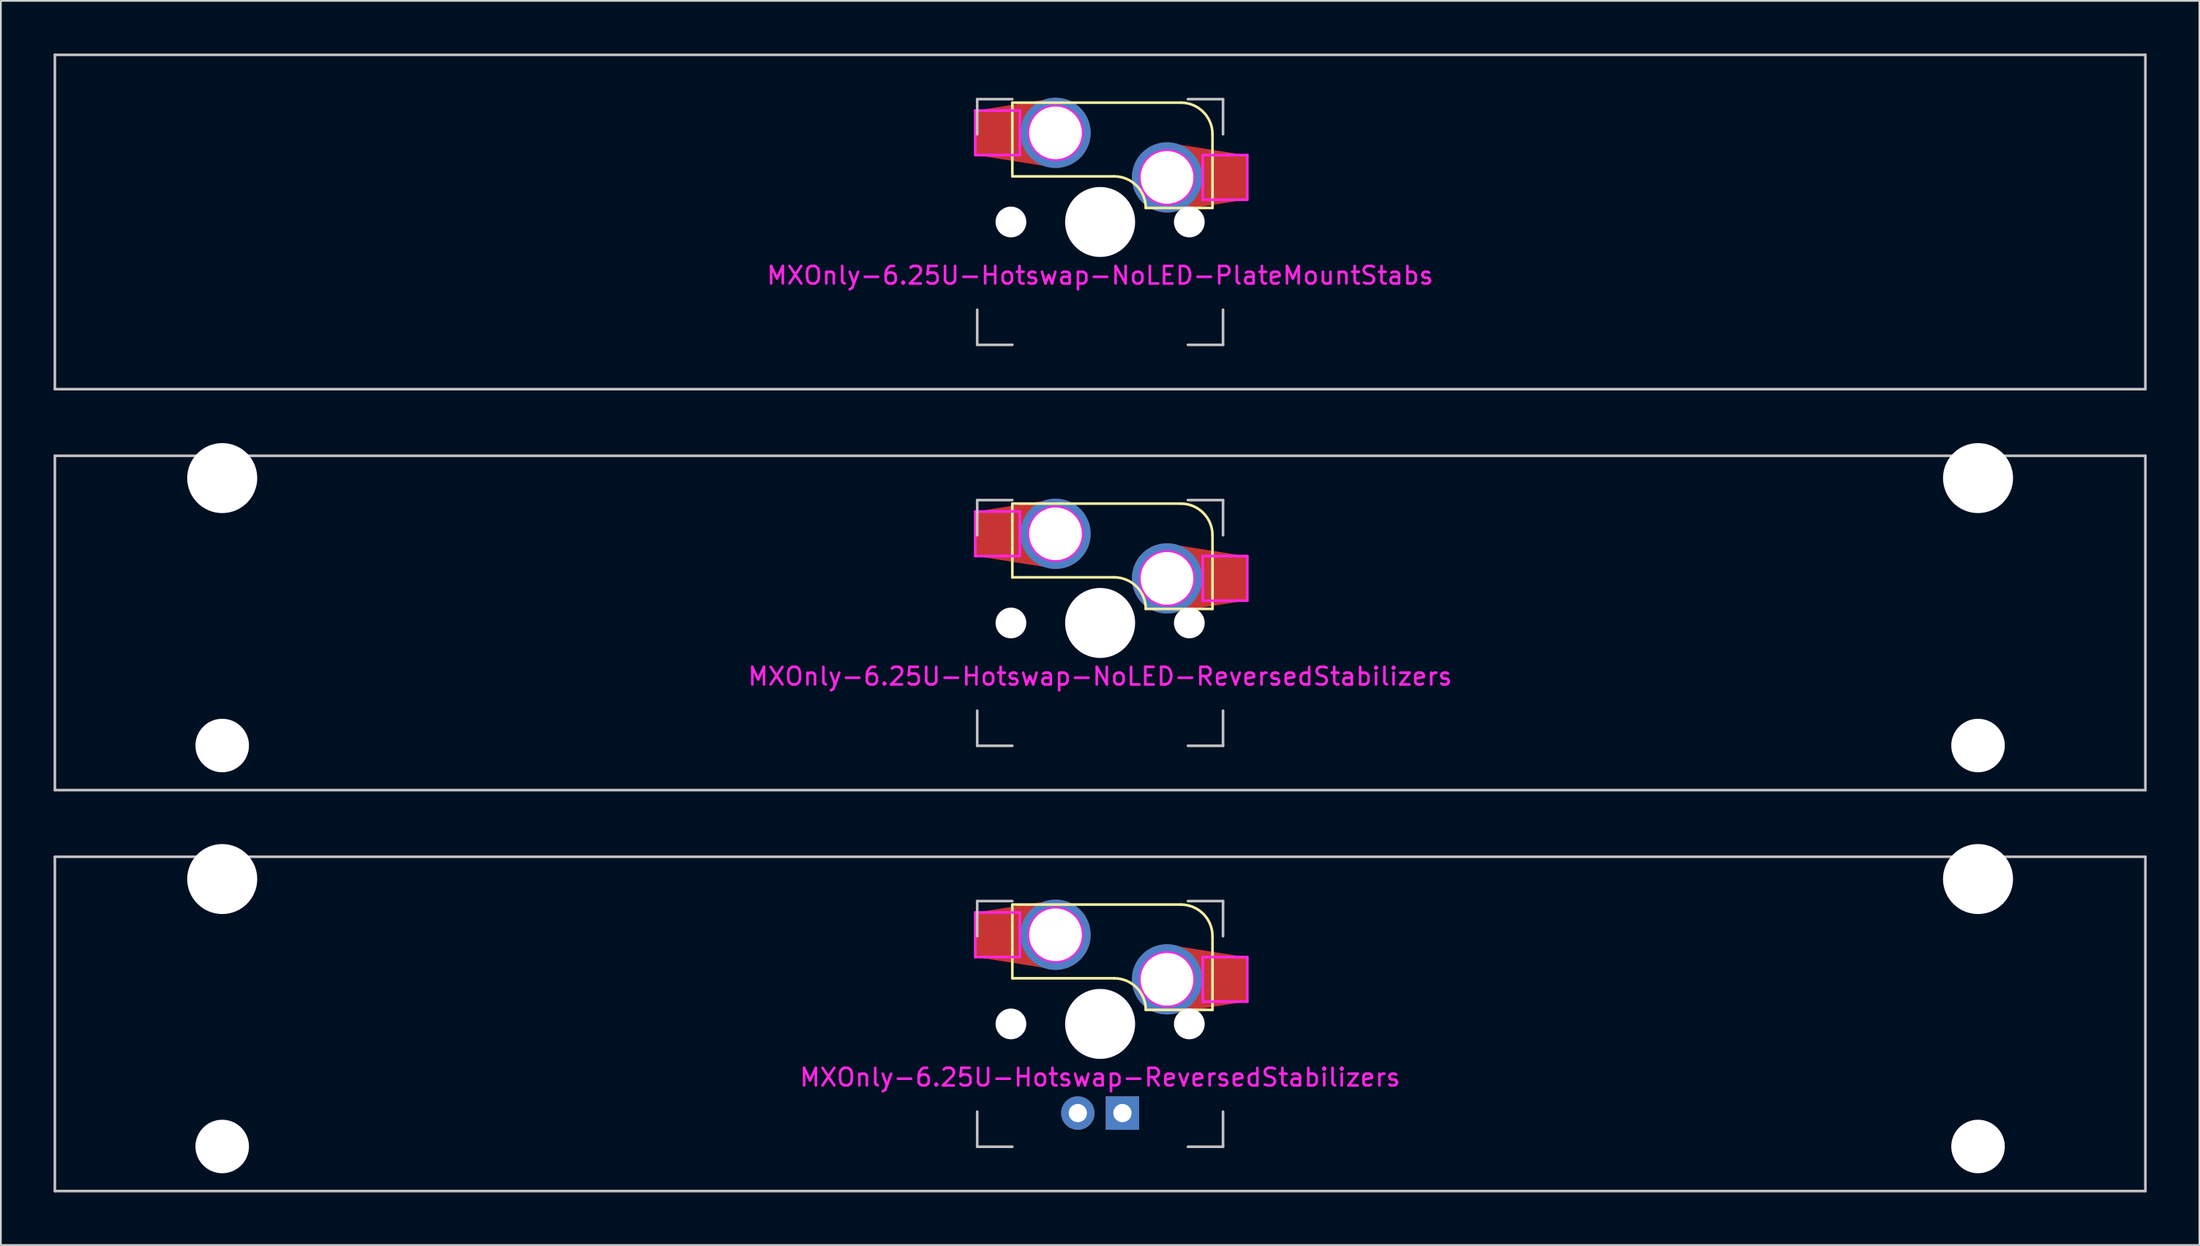
<source format=kicad_pcb>
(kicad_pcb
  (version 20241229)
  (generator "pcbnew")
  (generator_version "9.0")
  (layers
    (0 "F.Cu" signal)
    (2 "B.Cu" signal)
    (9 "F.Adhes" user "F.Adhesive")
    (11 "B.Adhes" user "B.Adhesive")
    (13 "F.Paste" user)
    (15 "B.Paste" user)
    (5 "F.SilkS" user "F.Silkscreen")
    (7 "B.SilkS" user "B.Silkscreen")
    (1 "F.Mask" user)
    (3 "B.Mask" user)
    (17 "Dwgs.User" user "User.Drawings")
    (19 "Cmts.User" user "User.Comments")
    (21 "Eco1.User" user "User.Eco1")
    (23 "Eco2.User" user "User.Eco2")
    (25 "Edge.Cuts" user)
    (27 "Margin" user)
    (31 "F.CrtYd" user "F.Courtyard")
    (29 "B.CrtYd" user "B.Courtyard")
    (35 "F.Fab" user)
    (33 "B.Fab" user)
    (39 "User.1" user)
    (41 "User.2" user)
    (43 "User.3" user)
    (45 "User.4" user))
  (footprint "MXOnly-6.25U-Hotswap-NoLED-PlateMountStabs"
    (layer "F.Cu")
    (at 59.606 9.6)
    (property "Reference" "MXOnly-6.25U-Hotswap-NoLED-PlateMountStabs" (at 0 3.048 180) (layer "F.CrtYd") (effects (font (size 1 1) (thickness 0.15))))
    (attr smd)
    (fp_line (start -5 -6.8) (end 4.6 -6.8) (stroke (width 0.15) (type solid)) (layer "F.SilkS"))
    (fp_line (start -5 -2.6) (end -5 -6.8) (stroke (width 0.15) (type solid)) (layer "F.SilkS"))
    (fp_line (start 0.8 -2.6) (end -5 -2.6) (stroke (width 0.15) (type solid)) (layer "F.SilkS"))
    (fp_line (start 6.4 -5) (end 6.4 -0.8) (stroke (width 0.15) (type solid)) (layer "F.SilkS"))
    (fp_line (start 6.4 -0.8) (end 2.6 -0.8) (stroke (width 0.15) (type solid)) (layer "F.SilkS"))
    (fp_arc (start 0.8 -2.6) (mid 2.072792 -2.072792) (end 2.6 -0.8) (stroke (width 0.15) (type solid)) (layer "F.SilkS"))
    (fp_arc (start 4.6 -6.8) (mid 5.872792 -6.272792) (end 6.4 -5) (stroke (width 0.15) (type solid)) (layer "F.SilkS"))
    (fp_poly (pts (xy -5.08 -3.493) (xy -7.112 -3.81) (xy -7.112 -6.35) (xy -5.08 -6.668)) (stroke (width 0.1) (type solid)) (fill yes) (layer "F.Paste"))
    (fp_poly (pts (xy 6.477 -4.064) (xy 8.509 -3.747) (xy 8.509 -1.206) (xy 6.477 -0.889)) (stroke (width 0.1) (type solid)) (fill yes) (layer "F.Paste"))
    (fp_line (start -59.531 -9.525) (end 59.531 -9.525) (stroke (width 0.15) (type solid)) (layer "Dwgs.User"))
    (fp_line (start -59.531 9.525) (end -59.531 -9.525) (stroke (width 0.15) (type solid)) (layer "Dwgs.User"))
    (fp_line (start -7 -7) (end -7 -5) (stroke (width 0.15) (type solid)) (layer "Dwgs.User"))
    (fp_line (start -7 7) (end -7 5) (stroke (width 0.15) (type solid)) (layer "Dwgs.User"))
    (fp_line (start -5 -7) (end -7 -7) (stroke (width 0.15) (type solid)) (layer "Dwgs.User"))
    (fp_line (start -5 7) (end -7 7) (stroke (width 0.15) (type solid)) (layer "Dwgs.User"))
    (fp_line (start 5 -7) (end 7 -7) (stroke (width 0.15) (type solid)) (layer "Dwgs.User"))
    (fp_line (start 7 -7) (end 7 -5) (stroke (width 0.15) (type solid)) (layer "Dwgs.User"))
    (fp_line (start 7 5) (end 7 7) (stroke (width 0.15) (type solid)) (layer "Dwgs.User"))
    (fp_line (start 7 7) (end 5 7) (stroke (width 0.15) (type solid)) (layer "Dwgs.User"))
    (fp_line (start 59.531 -9.525) (end 59.531 9.525) (stroke (width 0.15) (type solid)) (layer "Dwgs.User"))
    (fp_line (start 59.531 9.525) (end -59.531 9.525) (stroke (width 0.15) (type solid)) (layer "Dwgs.User"))
    (fp_line (start -7.112 -6.35) (end -7.112 -3.81) (stroke (width 0.15) (type solid)) (layer "F.CrtYd"))
    (fp_line (start -7.112 -3.81) (end -4.572 -3.81) (stroke (width 0.15) (type solid)) (layer "F.CrtYd"))
    (fp_line (start -4.572 -6.35) (end -7.112 -6.35) (stroke (width 0.15) (type solid)) (layer "F.CrtYd"))
    (fp_line (start -4.572 -3.81) (end -4.572 -6.35) (stroke (width 0.15) (type solid)) (layer "F.CrtYd"))
    (fp_line (start 5.842 -3.81) (end 5.842 -1.27) (stroke (width 0.15) (type solid)) (layer "F.CrtYd"))
    (fp_line (start 5.842 -1.27) (end 8.382 -1.27) (stroke (width 0.15) (type solid)) (layer "F.CrtYd"))
    (fp_line (start 8.382 -3.81) (end 5.842 -3.81) (stroke (width 0.15) (type solid)) (layer "F.CrtYd"))
    (fp_line (start 8.382 -1.27) (end 8.382 -3.81) (stroke (width 0.15) (type solid)) (layer "F.CrtYd"))
    (fp_circle (center -2.54 -5.08) (end -2.54 -6.604) (stroke (width 0.15) (type solid)) (fill no) (layer "F.CrtYd"))
    (fp_circle (center 3.81 -2.54) (end 3.81 -4.064) (stroke (width 0.15) (type solid)) (fill no) (layer "F.CrtYd"))
    (pad "" np_thru_hole circle (at -5.08 0 131.9) (size 1.75 1.75) (drill 1.75) (layers "*.Cu" "*.Mask"))
    (pad "" np_thru_hole circle (at 0 0 180) (size 3.988 3.988) (drill 3.988) (layers "*.Cu" "*.Mask"))
    (pad "" np_thru_hole circle (at 5.08 0 131.9) (size 1.75 1.75) (drill 1.75) (layers "*.Cu" "*.Mask"))
    (pad "1" thru_hole circle (at 3.81 -2.54 180) (size 4 4) (drill 3) (layers "*.Cu" "F.Mask"))
    (pad "1" smd custom (at 7.085 -2.54 180) (size 2.55 2.5) (layers "F.Cu" "F.Mask") (options (anchor rect)) (primitives (gr_poly (pts (xy -1.195 1.219) (xy 3.275 1.93) (xy 3.275 -1.93) (xy -1.195 -1.219)) (width 0.1) (fill yes))))
    (pad "2" smd custom (at -5.841 -5.08 180) (size 2.55 2.5) (layers "F.Cu" "F.Mask") (options (anchor rect)) (primitives (gr_poly (pts (xy 1.219 -1.219) (xy -3.251 -1.93) (xy -3.251 1.93) (xy 1.219 1.219)) (width 0.1) (fill yes))))
    (pad "2" thru_hole circle (at -2.54 -5.08 180) (size 4 4) (drill 3) (layers "*.Cu" "F.Mask")))
  (footprint "MXOnly-6.25U-Hotswap-ReversedStabilizers"
    (layer "F.Cu")
    (at 59.606 55.298)
    (property "Reference" "MXOnly-6.25U-Hotswap-ReversedStabilizers" (at 0 3.048 180) (layer "F.CrtYd") (effects (font (size 1 1) (thickness 0.15))))
    (attr smd)
    (fp_line (start -5 -6.8) (end 4.6 -6.8) (stroke (width 0.15) (type solid)) (layer "F.SilkS"))
    (fp_line (start -5 -2.6) (end -5 -6.8) (stroke (width 0.15) (type solid)) (layer "F.SilkS"))
    (fp_line (start 0.8 -2.6) (end -5 -2.6) (stroke (width 0.15) (type solid)) (layer "F.SilkS"))
    (fp_line (start 6.4 -5) (end 6.4 -0.8) (stroke (width 0.15) (type solid)) (layer "F.SilkS"))
    (fp_line (start 6.4 -0.8) (end 2.6 -0.8) (stroke (width 0.15) (type solid)) (layer "F.SilkS"))
    (fp_arc (start 0.8 -2.6) (mid 2.072792 -2.072792) (end 2.6 -0.8) (stroke (width 0.15) (type solid)) (layer "F.SilkS"))
    (fp_arc (start 4.6 -6.8) (mid 5.872792 -6.272792) (end 6.4 -5) (stroke (width 0.15) (type solid)) (layer "F.SilkS"))
    (fp_poly (pts (xy -5.08 -3.493) (xy -7.112 -3.81) (xy -7.112 -6.35) (xy -5.08 -6.668)) (stroke (width 0.1) (type solid)) (fill yes) (layer "F.Paste"))
    (fp_poly (pts (xy 6.477 -4.064) (xy 8.509 -3.747) (xy 8.509 -1.206) (xy 6.477 -0.889)) (stroke (width 0.1) (type solid)) (fill yes) (layer "F.Paste"))
    (fp_line (start -59.531 -9.525) (end 59.531 -9.525) (stroke (width 0.15) (type solid)) (layer "Dwgs.User"))
    (fp_line (start -59.531 9.525) (end -59.531 -9.525) (stroke (width 0.15) (type solid)) (layer "Dwgs.User"))
    (fp_line (start -7 -7) (end -7 -5) (stroke (width 0.15) (type solid)) (layer "Dwgs.User"))
    (fp_line (start -7 7) (end -7 5) (stroke (width 0.15) (type solid)) (layer "Dwgs.User"))
    (fp_line (start -5 -7) (end -7 -7) (stroke (width 0.15) (type solid)) (layer "Dwgs.User"))
    (fp_line (start -5 7) (end -7 7) (stroke (width 0.15) (type solid)) (layer "Dwgs.User"))
    (fp_line (start 5 -7) (end 7 -7) (stroke (width 0.15) (type solid)) (layer "Dwgs.User"))
    (fp_line (start 7 -7) (end 7 -5) (stroke (width 0.15) (type solid)) (layer "Dwgs.User"))
    (fp_line (start 7 5) (end 7 7) (stroke (width 0.15) (type solid)) (layer "Dwgs.User"))
    (fp_line (start 7 7) (end 5 7) (stroke (width 0.15) (type solid)) (layer "Dwgs.User"))
    (fp_line (start 59.531 -9.525) (end 59.531 9.525) (stroke (width 0.15) (type solid)) (layer "Dwgs.User"))
    (fp_line (start 59.531 9.525) (end -59.531 9.525) (stroke (width 0.15) (type solid)) (layer "Dwgs.User"))
    (fp_line (start -7.112 -6.35) (end -7.112 -3.81) (stroke (width 0.15) (type solid)) (layer "F.CrtYd"))
    (fp_line (start -7.112 -3.81) (end -4.572 -3.81) (stroke (width 0.15) (type solid)) (layer "F.CrtYd"))
    (fp_line (start -4.572 -6.35) (end -7.112 -6.35) (stroke (width 0.15) (type solid)) (layer "F.CrtYd"))
    (fp_line (start -4.572 -3.81) (end -4.572 -6.35) (stroke (width 0.15) (type solid)) (layer "F.CrtYd"))
    (fp_line (start 5.842 -3.81) (end 5.842 -1.27) (stroke (width 0.15) (type solid)) (layer "F.CrtYd"))
    (fp_line (start 5.842 -1.27) (end 8.382 -1.27) (stroke (width 0.15) (type solid)) (layer "F.CrtYd"))
    (fp_line (start 8.382 -3.81) (end 5.842 -3.81) (stroke (width 0.15) (type solid)) (layer "F.CrtYd"))
    (fp_line (start 8.382 -1.27) (end 8.382 -3.81) (stroke (width 0.15) (type solid)) (layer "F.CrtYd"))
    (fp_circle (center -2.54 -5.08) (end -2.54 -6.604) (stroke (width 0.15) (type solid)) (fill no) (layer "F.CrtYd"))
    (fp_circle (center 3.81 -2.54) (end 3.81 -4.064) (stroke (width 0.15) (type solid)) (fill no) (layer "F.CrtYd"))
    (pad "" np_thru_hole circle (at -50 -8.255) (size 3.988 3.988) (drill 3.988) (layers "*.Cu" "*.Mask"))
    (pad "" np_thru_hole circle (at -50 6.985) (size 3.048 3.048) (drill 3.048) (layers "*.Cu" "*.Mask"))
    (pad "" np_thru_hole circle (at -5.08 0 131.9) (size 1.75 1.75) (drill 1.75) (layers "*.Cu" "*.Mask"))
    (pad "" np_thru_hole circle (at 0 0 180) (size 3.988 3.988) (drill 3.988) (layers "*.Cu" "*.Mask"))
    (pad "" np_thru_hole circle (at 5.08 0 131.9) (size 1.75 1.75) (drill 1.75) (layers "*.Cu" "*.Mask"))
    (pad "" np_thru_hole circle (at 50 -8.255) (size 3.988 3.988) (drill 3.988) (layers "*.Cu" "*.Mask"))
    (pad "" np_thru_hole circle (at 50 6.985) (size 3.048 3.048) (drill 3.048) (layers "*.Cu" "*.Mask"))
    (pad "1" thru_hole circle (at 3.81 -2.54 180) (size 4 4) (drill 3) (layers "*.Cu" "F.Mask"))
    (pad "1" smd custom (at 7.085 -2.54 180) (size 2.55 2.5) (layers "F.Cu" "F.Mask") (options (anchor rect)) (primitives (gr_poly (pts (xy -1.195 1.219) (xy 3.275 1.93) (xy 3.275 -1.93) (xy -1.195 -1.219)) (width 0.1) (fill yes))))
    (pad "2" smd custom (at -5.841 -5.08 180) (size 2.55 2.5) (layers "F.Cu" "F.Mask") (options (anchor rect)) (primitives (gr_poly (pts (xy 1.219 -1.219) (xy -3.251 -1.93) (xy -3.251 1.93) (xy 1.219 1.219)) (width 0.1) (fill yes))))
    (pad "2" thru_hole circle (at -2.54 -5.08 180) (size 4 4) (drill 3) (layers "*.Cu" "F.Mask"))
    (pad "3" thru_hole circle (at -1.27 5.08) (size 1.905 1.905) (drill 1.04) (layers "*.Cu" "F.Mask"))
    (pad "4" thru_hole rect (at 1.27 5.08) (size 1.905 1.905) (drill 1.04) (layers "*.Cu" "F.Mask")))
  (footprint "MXOnly-6.25U-Hotswap-NoLED-ReversedStabilizers"
    (layer "F.Cu")
    (at 59.606 32.449)
    (property "Reference" "MXOnly-6.25U-Hotswap-NoLED-ReversedStabilizers" (at 0 3.048 180) (layer "F.CrtYd") (effects (font (size 1 1) (thickness 0.15))))
    (attr smd)
    (fp_line (start -5 -6.8) (end 4.6 -6.8) (stroke (width 0.15) (type solid)) (layer "F.SilkS"))
    (fp_line (start -5 -2.6) (end -5 -6.8) (stroke (width 0.15) (type solid)) (layer "F.SilkS"))
    (fp_line (start 0.8 -2.6) (end -5 -2.6) (stroke (width 0.15) (type solid)) (layer "F.SilkS"))
    (fp_line (start 6.4 -5) (end 6.4 -0.8) (stroke (width 0.15) (type solid)) (layer "F.SilkS"))
    (fp_line (start 6.4 -0.8) (end 2.6 -0.8) (stroke (width 0.15) (type solid)) (layer "F.SilkS"))
    (fp_arc (start 0.8 -2.6) (mid 2.072792 -2.072792) (end 2.6 -0.8) (stroke (width 0.15) (type solid)) (layer "F.SilkS"))
    (fp_arc (start 4.6 -6.8) (mid 5.872792 -6.272792) (end 6.4 -5) (stroke (width 0.15) (type solid)) (layer "F.SilkS"))
    (fp_poly (pts (xy -5.08 -3.493) (xy -7.112 -3.81) (xy -7.112 -6.35) (xy -5.08 -6.668)) (stroke (width 0.1) (type solid)) (fill yes) (layer "F.Paste"))
    (fp_poly (pts (xy 6.477 -4.064) (xy 8.509 -3.747) (xy 8.509 -1.206) (xy 6.477 -0.889)) (stroke (width 0.1) (type solid)) (fill yes) (layer "F.Paste"))
    (fp_line (start -59.531 -9.525) (end 59.531 -9.525) (stroke (width 0.15) (type solid)) (layer "Dwgs.User"))
    (fp_line (start -59.531 9.525) (end -59.531 -9.525) (stroke (width 0.15) (type solid)) (layer "Dwgs.User"))
    (fp_line (start -7 -7) (end -7 -5) (stroke (width 0.15) (type solid)) (layer "Dwgs.User"))
    (fp_line (start -7 7) (end -7 5) (stroke (width 0.15) (type solid)) (layer "Dwgs.User"))
    (fp_line (start -5 -7) (end -7 -7) (stroke (width 0.15) (type solid)) (layer "Dwgs.User"))
    (fp_line (start -5 7) (end -7 7) (stroke (width 0.15) (type solid)) (layer "Dwgs.User"))
    (fp_line (start 5 -7) (end 7 -7) (stroke (width 0.15) (type solid)) (layer "Dwgs.User"))
    (fp_line (start 7 -7) (end 7 -5) (stroke (width 0.15) (type solid)) (layer "Dwgs.User"))
    (fp_line (start 7 5) (end 7 7) (stroke (width 0.15) (type solid)) (layer "Dwgs.User"))
    (fp_line (start 7 7) (end 5 7) (stroke (width 0.15) (type solid)) (layer "Dwgs.User"))
    (fp_line (start 59.531 -9.525) (end 59.531 9.525) (stroke (width 0.15) (type solid)) (layer "Dwgs.User"))
    (fp_line (start 59.531 9.525) (end -59.531 9.525) (stroke (width 0.15) (type solid)) (layer "Dwgs.User"))
    (fp_line (start -7.112 -6.35) (end -7.112 -3.81) (stroke (width 0.15) (type solid)) (layer "F.CrtYd"))
    (fp_line (start -7.112 -3.81) (end -4.572 -3.81) (stroke (width 0.15) (type solid)) (layer "F.CrtYd"))
    (fp_line (start -4.572 -6.35) (end -7.112 -6.35) (stroke (width 0.15) (type solid)) (layer "F.CrtYd"))
    (fp_line (start -4.572 -3.81) (end -4.572 -6.35) (stroke (width 0.15) (type solid)) (layer "F.CrtYd"))
    (fp_line (start 5.842 -3.81) (end 5.842 -1.27) (stroke (width 0.15) (type solid)) (layer "F.CrtYd"))
    (fp_line (start 5.842 -1.27) (end 8.382 -1.27) (stroke (width 0.15) (type solid)) (layer "F.CrtYd"))
    (fp_line (start 8.382 -3.81) (end 5.842 -3.81) (stroke (width 0.15) (type solid)) (layer "F.CrtYd"))
    (fp_line (start 8.382 -1.27) (end 8.382 -3.81) (stroke (width 0.15) (type solid)) (layer "F.CrtYd"))
    (fp_circle (center -2.54 -5.08) (end -2.54 -6.604) (stroke (width 0.15) (type solid)) (fill no) (layer "F.CrtYd"))
    (fp_circle (center 3.81 -2.54) (end 3.81 -4.064) (stroke (width 0.15) (type solid)) (fill no) (layer "F.CrtYd"))
    (pad "" np_thru_hole circle (at -50 -8.255) (size 3.988 3.988) (drill 3.988) (layers "*.Cu" "*.Mask"))
    (pad "" np_thru_hole circle (at -50 6.985) (size 3.048 3.048) (drill 3.048) (layers "*.Cu" "*.Mask"))
    (pad "" np_thru_hole circle (at -5.08 0 131.9) (size 1.75 1.75) (drill 1.75) (layers "*.Cu" "*.Mask"))
    (pad "" np_thru_hole circle (at 0 0 180) (size 3.988 3.988) (drill 3.988) (layers "*.Cu" "*.Mask"))
    (pad "" np_thru_hole circle (at 5.08 0 131.9) (size 1.75 1.75) (drill 1.75) (layers "*.Cu" "*.Mask"))
    (pad "" np_thru_hole circle (at 50 -8.255) (size 3.988 3.988) (drill 3.988) (layers "*.Cu" "*.Mask"))
    (pad "" np_thru_hole circle (at 50 6.985) (size 3.048 3.048) (drill 3.048) (layers "*.Cu" "*.Mask"))
    (pad "1" thru_hole circle (at 3.81 -2.54 180) (size 4 4) (drill 3) (layers "*.Cu" "F.Mask"))
    (pad "1" smd custom (at 7.085 -2.54 180) (size 2.55 2.5) (layers "F.Cu" "F.Mask") (options (anchor rect)) (primitives (gr_poly (pts (xy -1.195 1.219) (xy 3.275 1.93) (xy 3.275 -1.93) (xy -1.195 -1.219)) (width 0.1) (fill yes))))
    (pad "2" smd custom (at -5.841 -5.08 180) (size 2.55 2.5) (layers "F.Cu" "F.Mask") (options (anchor rect)) (primitives (gr_poly (pts (xy 1.219 -1.219) (xy -3.251 -1.93) (xy -3.251 1.93) (xy 1.219 1.219)) (width 0.1) (fill yes))))
    (pad "2" thru_hole circle (at -2.54 -5.08 180) (size 4 4) (drill 3) (layers "*.Cu" "F.Mask")))
  (gr_rect
    (start -3 -3)
    (end 122.213 67.898)
    (stroke (width 0.1) (type default))
    (fill no)
    (layer "Edge.Cuts")))
</source>
